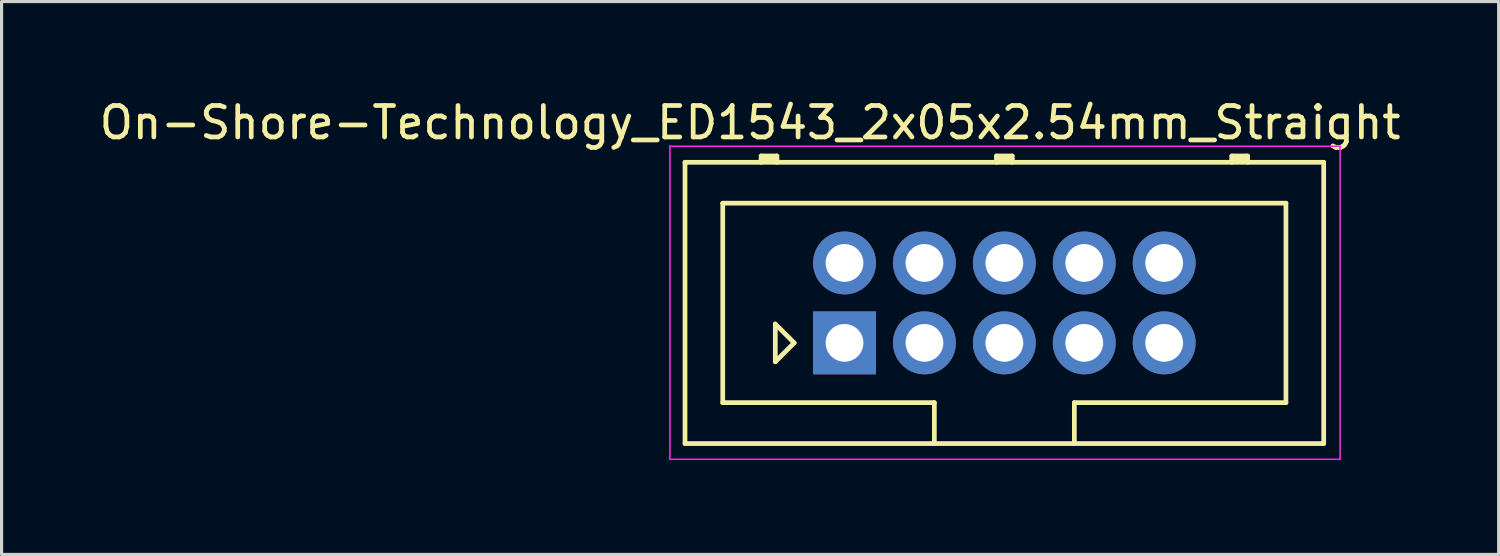
<source format=kicad_pcb>
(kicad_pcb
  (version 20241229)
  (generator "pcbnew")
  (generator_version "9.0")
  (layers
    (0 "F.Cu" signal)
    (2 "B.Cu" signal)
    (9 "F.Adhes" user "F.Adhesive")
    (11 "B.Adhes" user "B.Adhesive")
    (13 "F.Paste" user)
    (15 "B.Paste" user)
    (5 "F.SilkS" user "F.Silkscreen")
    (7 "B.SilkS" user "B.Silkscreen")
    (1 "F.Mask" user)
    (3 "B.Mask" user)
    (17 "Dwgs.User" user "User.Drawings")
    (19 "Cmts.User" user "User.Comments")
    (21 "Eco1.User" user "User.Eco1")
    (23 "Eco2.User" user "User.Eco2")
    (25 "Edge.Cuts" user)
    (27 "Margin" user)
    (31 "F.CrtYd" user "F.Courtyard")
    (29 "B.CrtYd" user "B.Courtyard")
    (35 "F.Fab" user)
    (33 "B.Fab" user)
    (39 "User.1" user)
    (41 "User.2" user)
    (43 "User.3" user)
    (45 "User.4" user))
  (footprint "On-Shore-Technology_ED1543_2x05x2.54mm_Straight"
    (layer "F.Cu")
    (at 23.792 7.848)
    (property "Reference" "On-Shore-Technology_ED1543_2x05x2.54mm_Straight" (at -3 -7 0) (layer "F.SilkS") (effects (font (size 1 1) (thickness 0.15))))
    (attr through_hole)
    (fp_line (start -5.07 -5.74) (end 15.23 -5.74) (stroke (width 0.15) (type solid)) (layer "F.SilkS"))
    (fp_line (start -5.07 3.2) (end -5.07 -5.74) (stroke (width 0.15) (type solid)) (layer "F.SilkS"))
    (fp_line (start -3.87 -4.44) (end 14.03 -4.44) (stroke (width 0.15) (type solid)) (layer "F.SilkS"))
    (fp_line (start -3.87 1.9) (end -3.87 -4.44) (stroke (width 0.15) (type solid)) (layer "F.SilkS"))
    (fp_line (start -2.65 -5.94) (end -2.15 -5.94) (stroke (width 0.15) (type solid)) (layer "F.SilkS"))
    (fp_line (start -2.65 -5.84) (end -2.15 -5.84) (stroke (width 0.15) (type solid)) (layer "F.SilkS"))
    (fp_line (start -2.65 -5.74) (end -2.65 -5.94) (stroke (width 0.15) (type solid)) (layer "F.SilkS"))
    (fp_line (start -2.2 -0.6) (end -1.6 0) (stroke (width 0.15) (type solid)) (layer "F.SilkS"))
    (fp_line (start -2.2 0.6) (end -2.2 -0.6) (stroke (width 0.15) (type solid)) (layer "F.SilkS"))
    (fp_line (start -2.15 -5.94) (end -2.15 -5.74) (stroke (width 0.15) (type solid)) (layer "F.SilkS"))
    (fp_line (start -1.6 0) (end -2.2 0.6) (stroke (width 0.15) (type solid)) (layer "F.SilkS"))
    (fp_line (start 2.855 1.9) (end -3.87 1.9) (stroke (width 0.15) (type solid)) (layer "F.SilkS"))
    (fp_line (start 2.855 3.2) (end 2.855 1.9) (stroke (width 0.15) (type solid)) (layer "F.SilkS"))
    (fp_line (start 4.83 -5.94) (end 5.33 -5.94) (stroke (width 0.15) (type solid)) (layer "F.SilkS"))
    (fp_line (start 4.83 -5.84) (end 5.33 -5.84) (stroke (width 0.15) (type solid)) (layer "F.SilkS"))
    (fp_line (start 4.83 -5.74) (end 4.83 -5.94) (stroke (width 0.15) (type solid)) (layer "F.SilkS"))
    (fp_line (start 5.33 -5.94) (end 5.33 -5.74) (stroke (width 0.15) (type solid)) (layer "F.SilkS"))
    (fp_line (start 7.305 1.9) (end 7.305 3.2) (stroke (width 0.15) (type solid)) (layer "F.SilkS"))
    (fp_line (start 12.31 -5.94) (end 12.81 -5.94) (stroke (width 0.15) (type solid)) (layer "F.SilkS"))
    (fp_line (start 12.31 -5.84) (end 12.81 -5.84) (stroke (width 0.15) (type solid)) (layer "F.SilkS"))
    (fp_line (start 12.31 -5.74) (end 12.31 -5.94) (stroke (width 0.15) (type solid)) (layer "F.SilkS"))
    (fp_line (start 12.81 -5.94) (end 12.81 -5.74) (stroke (width 0.15) (type solid)) (layer "F.SilkS"))
    (fp_line (start 14.03 -4.44) (end 14.03 1.9) (stroke (width 0.15) (type solid)) (layer "F.SilkS"))
    (fp_line (start 14.03 1.9) (end 7.305 1.9) (stroke (width 0.15) (type solid)) (layer "F.SilkS"))
    (fp_line (start 15.23 -5.74) (end 15.23 3.2) (stroke (width 0.15) (type solid)) (layer "F.SilkS"))
    (fp_line (start 15.23 3.2) (end -5.07 3.2) (stroke (width 0.15) (type solid)) (layer "F.SilkS"))
    (fp_line (start -5.55 -6.25) (end 15.75 -6.25) (stroke (width 0.05) (type solid)) (layer "F.CrtYd"))
    (fp_line (start -5.55 3.7) (end -5.55 -6.25) (stroke (width 0.05) (type solid)) (layer "F.CrtYd"))
    (fp_line (start 15.75 -6.25) (end 15.75 3.7) (stroke (width 0.05) (type solid)) (layer "F.CrtYd"))
    (fp_line (start 15.75 3.7) (end -5.55 3.7) (stroke (width 0.05) (type solid)) (layer "F.CrtYd"))
    (pad "1" thru_hole rect (at 0 0) (size 2 2) (drill 1.2) (layers "*.Cu" "*.Mask"))
    (pad "2" thru_hole circle (at 0 -2.54) (size 2 2) (drill 1.2) (layers "*.Cu" "*.Mask"))
    (pad "3" thru_hole circle (at 2.54 0) (size 2 2) (drill 1.2) (layers "*.Cu" "*.Mask"))
    (pad "4" thru_hole circle (at 2.54 -2.54) (size 2 2) (drill 1.2) (layers "*.Cu" "*.Mask"))
    (pad "5" thru_hole circle (at 5.08 0) (size 2 2) (drill 1.2) (layers "*.Cu" "*.Mask"))
    (pad "6" thru_hole circle (at 5.08 -2.54) (size 2 2) (drill 1.2) (layers "*.Cu" "*.Mask"))
    (pad "7" thru_hole circle (at 7.62 0) (size 2 2) (drill 1.2) (layers "*.Cu" "*.Mask"))
    (pad "8" thru_hole circle (at 7.62 -2.54) (size 2 2) (drill 1.2) (layers "*.Cu" "*.Mask"))
    (pad "9" thru_hole circle (at 10.16 0) (size 2 2) (drill 1.2) (layers "*.Cu" "*.Mask"))
    (pad "10" thru_hole circle (at 10.16 -2.54) (size 2 2) (drill 1.2) (layers "*.Cu" "*.Mask")))
  (gr_rect
    (start -3 -3)
    (end 44.583 14.573)
    (stroke (width 0.1) (type default))
    (fill no)
    (layer "Edge.Cuts")))
</source>
